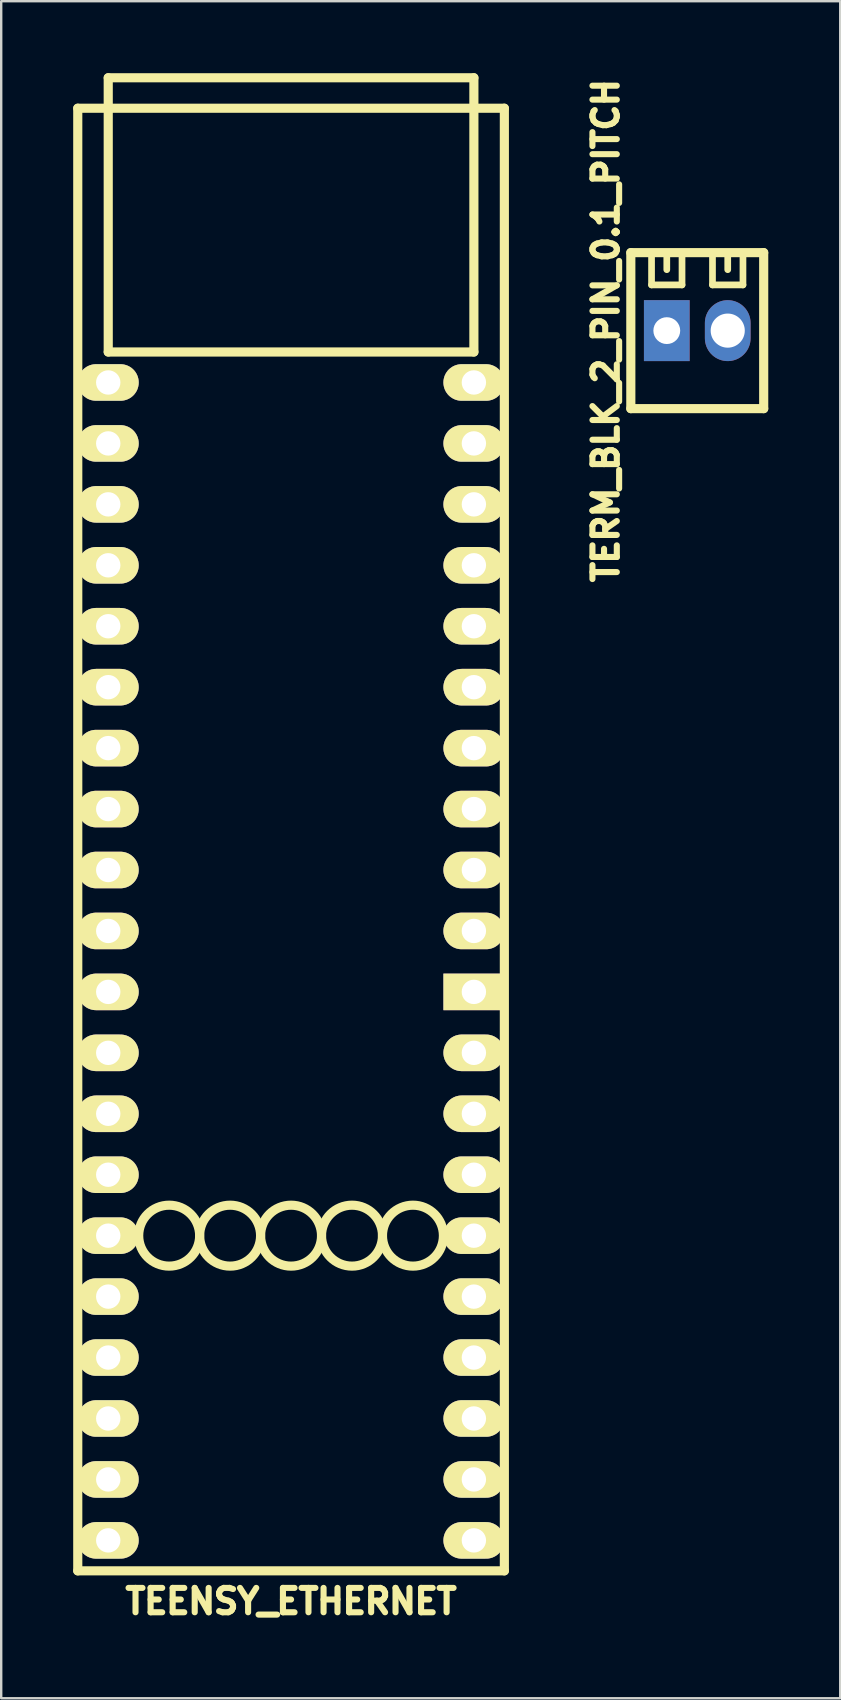
<source format=kicad_pcb>
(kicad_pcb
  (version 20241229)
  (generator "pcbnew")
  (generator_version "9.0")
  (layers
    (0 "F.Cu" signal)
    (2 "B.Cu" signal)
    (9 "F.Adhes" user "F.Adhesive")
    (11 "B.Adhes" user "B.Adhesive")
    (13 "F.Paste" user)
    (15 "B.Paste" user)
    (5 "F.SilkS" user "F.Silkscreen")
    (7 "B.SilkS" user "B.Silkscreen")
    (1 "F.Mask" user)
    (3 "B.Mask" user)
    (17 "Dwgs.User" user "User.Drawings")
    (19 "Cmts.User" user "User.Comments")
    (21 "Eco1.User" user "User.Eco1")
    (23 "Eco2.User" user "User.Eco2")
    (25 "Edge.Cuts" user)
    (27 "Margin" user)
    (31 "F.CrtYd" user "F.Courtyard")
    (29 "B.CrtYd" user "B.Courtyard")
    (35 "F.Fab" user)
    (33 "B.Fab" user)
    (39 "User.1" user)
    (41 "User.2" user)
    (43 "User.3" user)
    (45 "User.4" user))
  (footprint "TEENSY_ETHERNET"
    (layer "F.Cu")
    (at 9.081 19.241)
    (property "Reference" "TEENSY_ETHERNET" (at 0 44.45 0) (layer "F.SilkS") (effects (font (size 1.016 1.016) (thickness 0.254))))
    (attr through_hole)
    (fp_line (start -8.89 -17.78) (end -8.89 43.18) (stroke (width 0.381) (type solid)) (layer "F.SilkS"))
    (fp_line (start -8.89 43.18) (end 8.89 43.18) (stroke (width 0.381) (type solid)) (layer "F.SilkS"))
    (fp_line (start -7.62 -19.05) (end 7.62 -19.05) (stroke (width 0.381) (type solid)) (layer "F.SilkS"))
    (fp_line (start -7.62 -17.78) (end -7.62 -19.05) (stroke (width 0.381) (type solid)) (layer "F.SilkS"))
    (fp_line (start -7.62 -17.78) (end -7.62 -7.62) (stroke (width 0.381) (type solid)) (layer "F.SilkS"))
    (fp_line (start -7.62 -7.62) (end 7.62 -7.62) (stroke (width 0.381) (type solid)) (layer "F.SilkS"))
    (fp_line (start 7.62 -19.05) (end 7.62 -17.78) (stroke (width 0.381) (type solid)) (layer "F.SilkS"))
    (fp_line (start 7.62 -7.62) (end 7.62 -17.78) (stroke (width 0.381) (type solid)) (layer "F.SilkS"))
    (fp_line (start 8.89 -17.78) (end -8.89 -17.78) (stroke (width 0.381) (type solid)) (layer "F.SilkS"))
    (fp_line (start 8.89 -17.78) (end 8.89 43.18) (stroke (width 0.381) (type solid)) (layer "F.SilkS"))
    (fp_circle (center -5.08 29.21) (end -5.08 27.94) (stroke (width 0.381) (type solid)) (fill no) (layer "F.SilkS"))
    (fp_circle (center -2.54 29.21) (end -2.54 27.94) (stroke (width 0.381) (type solid)) (fill no) (layer "F.SilkS"))
    (fp_circle (center 0 29.21) (end 0 27.94) (stroke (width 0.381) (type solid)) (fill no) (layer "F.SilkS"))
    (fp_circle (center 2.54 29.21) (end 2.54 27.94) (stroke (width 0.381) (type solid)) (fill no) (layer "F.SilkS"))
    (fp_circle (center 5.08 29.21) (end 5.08 27.94) (stroke (width 0.381) (type solid)) (fill no) (layer "F.SilkS"))
    (pad "" thru_hole oval (at -7.62 -1.27) (size 2.54 1.524) (drill 1.016) (layers "*.Cu" "*.Mask" "F.SilkS"))
    (pad "" thru_hole oval (at -7.62 1.27) (size 2.54 1.524) (drill 1.016) (layers "*.Cu" "*.Mask" "F.SilkS"))
    (pad "" thru_hole oval (at -7.62 3.81) (size 2.54 1.524) (drill 1.016) (layers "*.Cu" "*.Mask" "F.SilkS"))
    (pad "" thru_hole oval (at -7.62 6.35) (size 2.54 1.524) (drill 1.016) (layers "*.Cu" "*.Mask" "F.SilkS"))
    (pad "" thru_hole oval (at -7.62 8.89) (size 2.54 1.524) (drill 1.016) (layers "*.Cu" "*.Mask" "F.SilkS"))
    (pad "" thru_hole oval (at -7.62 11.43) (size 2.54 1.524) (drill 1.016) (layers "*.Cu" "*.Mask" "F.SilkS"))
    (pad "" thru_hole oval (at -7.62 13.97) (size 2.54 1.524) (drill 1.016) (layers "*.Cu" "*.Mask" "F.SilkS"))
    (pad "" thru_hole oval (at -7.62 16.51) (size 2.54 1.524) (drill 1.016) (layers "*.Cu" "*.Mask" "F.SilkS"))
    (pad "" thru_hole oval (at -7.62 19.05) (size 2.54 1.524) (drill 1.016) (layers "*.Cu" "*.Mask" "F.SilkS"))
    (pad "" thru_hole oval (at -7.62 34.29) (size 2.54 1.524) (drill 1.016) (layers "*.Cu" "*.Mask" "F.SilkS"))
    (pad "" thru_hole oval (at -7.62 36.83) (size 2.54 1.524) (drill 1.016) (layers "*.Cu" "*.Mask" "F.SilkS"))
    (pad "" thru_hole oval (at -7.62 39.37) (size 2.54 1.524) (drill 1.016) (layers "*.Cu" "*.Mask" "F.SilkS"))
    (pad "" thru_hole oval (at -7.62 41.91) (size 2.54 1.524) (drill 1.016) (layers "*.Cu" "*.Mask" "F.SilkS"))
    (pad "" thru_hole oval (at 7.62 -6.35) (size 2.54 1.524) (drill 1.016) (layers "*.Cu" "*.Mask" "F.SilkS"))
    (pad "" thru_hole oval (at 7.62 -3.81) (size 2.54 1.524) (drill 1.016) (layers "*.Cu" "*.Mask" "F.SilkS"))
    (pad "" thru_hole oval (at 7.62 -1.27) (size 2.54 1.524) (drill 1.016) (layers "*.Cu" "*.Mask" "F.SilkS"))
    (pad "" thru_hole oval (at 7.62 1.27) (size 2.54 1.524) (drill 1.016) (layers "*.Cu" "*.Mask" "F.SilkS"))
    (pad "" thru_hole oval (at 7.62 3.81) (size 2.54 1.524) (drill 1.016) (layers "*.Cu" "*.Mask" "F.SilkS"))
    (pad "" thru_hole oval (at 7.62 6.35) (size 2.54 1.524) (drill 1.016) (layers "*.Cu" "*.Mask" "F.SilkS"))
    (pad "" thru_hole oval (at 7.62 8.89) (size 2.54 1.524) (drill 1.016) (layers "*.Cu" "*.Mask" "F.SilkS"))
    (pad "" thru_hole oval (at 7.62 11.43) (size 2.54 1.524) (drill 1.016) (layers "*.Cu" "*.Mask" "F.SilkS"))
    (pad "" thru_hole oval (at 7.62 13.97) (size 2.54 1.524) (drill 1.016) (layers "*.Cu" "*.Mask" "F.SilkS"))
    (pad "" thru_hole oval (at 7.62 16.51) (size 2.54 1.524) (drill 1.016) (layers "*.Cu" "*.Mask" "F.SilkS"))
    (pad "" thru_hole rect (at 7.62 19.05) (size 2.54 1.524) (drill 1.016) (layers "*.Cu" "*.Mask" "F.SilkS"))
    (pad "" thru_hole oval (at 7.62 21.59) (size 2.54 1.524) (drill 1.016) (layers "*.Cu" "*.Mask" "F.SilkS"))
    (pad "" thru_hole oval (at 7.62 24.13) (size 2.54 1.524) (drill 1.016) (layers "*.Cu" "*.Mask" "F.SilkS"))
    (pad "" thru_hole oval (at 7.62 29.21) (size 2.54 1.524) (drill 1.016) (layers "*.Cu" "*.Mask" "F.SilkS"))
    (pad "" thru_hole oval (at 7.62 31.75) (size 2.54 1.524) (drill 1.016) (layers "*.Cu" "*.Mask" "F.SilkS"))
    (pad "" thru_hole oval (at 7.62 34.29) (size 2.54 1.524) (drill 1.016) (layers "*.Cu" "*.Mask" "F.SilkS"))
    (pad "" thru_hole oval (at 7.62 36.83) (size 2.54 1.524) (drill 1.016) (layers "*.Cu" "*.Mask" "F.SilkS"))
    (pad "" thru_hole oval (at 7.62 39.37) (size 2.54 1.524) (drill 1.016) (layers "*.Cu" "*.Mask" "F.SilkS"))
    (pad "" thru_hole oval (at 7.62 41.91) (size 2.54 1.524) (drill 1.016) (layers "*.Cu" "*.Mask" "F.SilkS"))
    (pad "3" thru_hole oval (at -7.62 -6.35) (size 2.54 1.524) (drill 1.016) (layers "*.Cu" "*.Mask" "F.SilkS"))
    (pad "4" thru_hole oval (at -7.62 -3.81) (size 2.54 1.524) (drill 1.016) (layers "*.Cu" "*.Mask" "F.SilkS"))
    (pad "24" thru_hole oval (at -7.62 21.59) (size 2.54 1.524) (drill 1.016) (layers "*.Cu" "*.Mask" "F.SilkS"))
    (pad "25" thru_hole oval (at -7.62 24.13) (size 2.54 1.524) (drill 1.016) (layers "*.Cu" "*.Mask" "F.SilkS"))
    (pad "26" thru_hole oval (at -7.62 26.67) (size 2.54 1.524) (drill 1.016) (layers "*.Cu" "*.Mask" "F.SilkS"))
    (pad "27" thru_hole oval (at -7.62 29.21) (size 2.54 1.524) (drill 1.016) (layers "*.Cu" "*.Mask" "F.SilkS"))
    (pad "28" thru_hole oval (at -7.62 31.75) (size 2.54 1.524) (drill 1.016) (layers "*.Cu" "*.Mask" "F.SilkS"))
    (pad "39" thru_hole oval (at 7.62 26.67) (size 2.54 1.524) (drill 1.016) (layers "*.Cu" "*.Mask" "F.SilkS")))
  (footprint "TERM_BLK_2_PIN_0.1_PITCH"
    (layer "F.Cu")
    (at 26.011 10.73)
    (property "Reference" "TERM_BLK_2_PIN_0.1_PITCH" (at -3.81 0 90) (layer "F.SilkS") (effects (font (size 1.016 1.016) (thickness 0.254))))
    (attr through_hole)
    (fp_line (start -2.769 -3.251) (end -2.769 3.251) (stroke (width 0.381) (type solid)) (layer "F.SilkS"))
    (fp_line (start -2.769 -3.251) (end 2.769 -3.251) (stroke (width 0.381) (type solid)) (layer "F.SilkS"))
    (fp_line (start -2.769 3.251) (end 2.769 3.251) (stroke (width 0.381) (type solid)) (layer "F.SilkS"))
    (fp_line (start -1.905 -3.175) (end -1.905 -1.905) (stroke (width 0.279) (type solid)) (layer "F.SilkS"))
    (fp_line (start -1.905 -1.905) (end -0.635 -1.905) (stroke (width 0.279) (type solid)) (layer "F.SilkS"))
    (fp_line (start -1.27 -2.54) (end -1.27 -3.175) (stroke (width 0.279) (type solid)) (layer "F.SilkS"))
    (fp_line (start -0.635 -1.905) (end -0.635 -3.175) (stroke (width 0.279) (type solid)) (layer "F.SilkS"))
    (fp_line (start 0.635 -3.175) (end 0.635 -1.905) (stroke (width 0.279) (type solid)) (layer "F.SilkS"))
    (fp_line (start 0.635 -1.905) (end 1.905 -1.905) (stroke (width 0.279) (type solid)) (layer "F.SilkS"))
    (fp_line (start 1.27 -2.54) (end 1.27 -3.175) (stroke (width 0.279) (type solid)) (layer "F.SilkS"))
    (fp_line (start 1.905 -1.905) (end 1.905 -3.175) (stroke (width 0.279) (type solid)) (layer "F.SilkS"))
    (fp_line (start 2.769 -3.251) (end 2.769 3.251) (stroke (width 0.381) (type solid)) (layer "F.SilkS"))
    (pad "1" thru_hole rect (at -1.27 0) (size 1.905 2.54) (drill 1.118) (layers "*.Cu" "*.Mask"))
    (pad "2" thru_hole oval (at 1.27 0) (size 1.905 2.54) (drill 1.422) (layers "*.Cu" "*.Mask")))
  (gr_rect
    (start -3 -3)
    (end 31.97 67.731)
    (stroke (width 0.1) (type default))
    (fill no)
    (layer "Edge.Cuts")))
</source>
